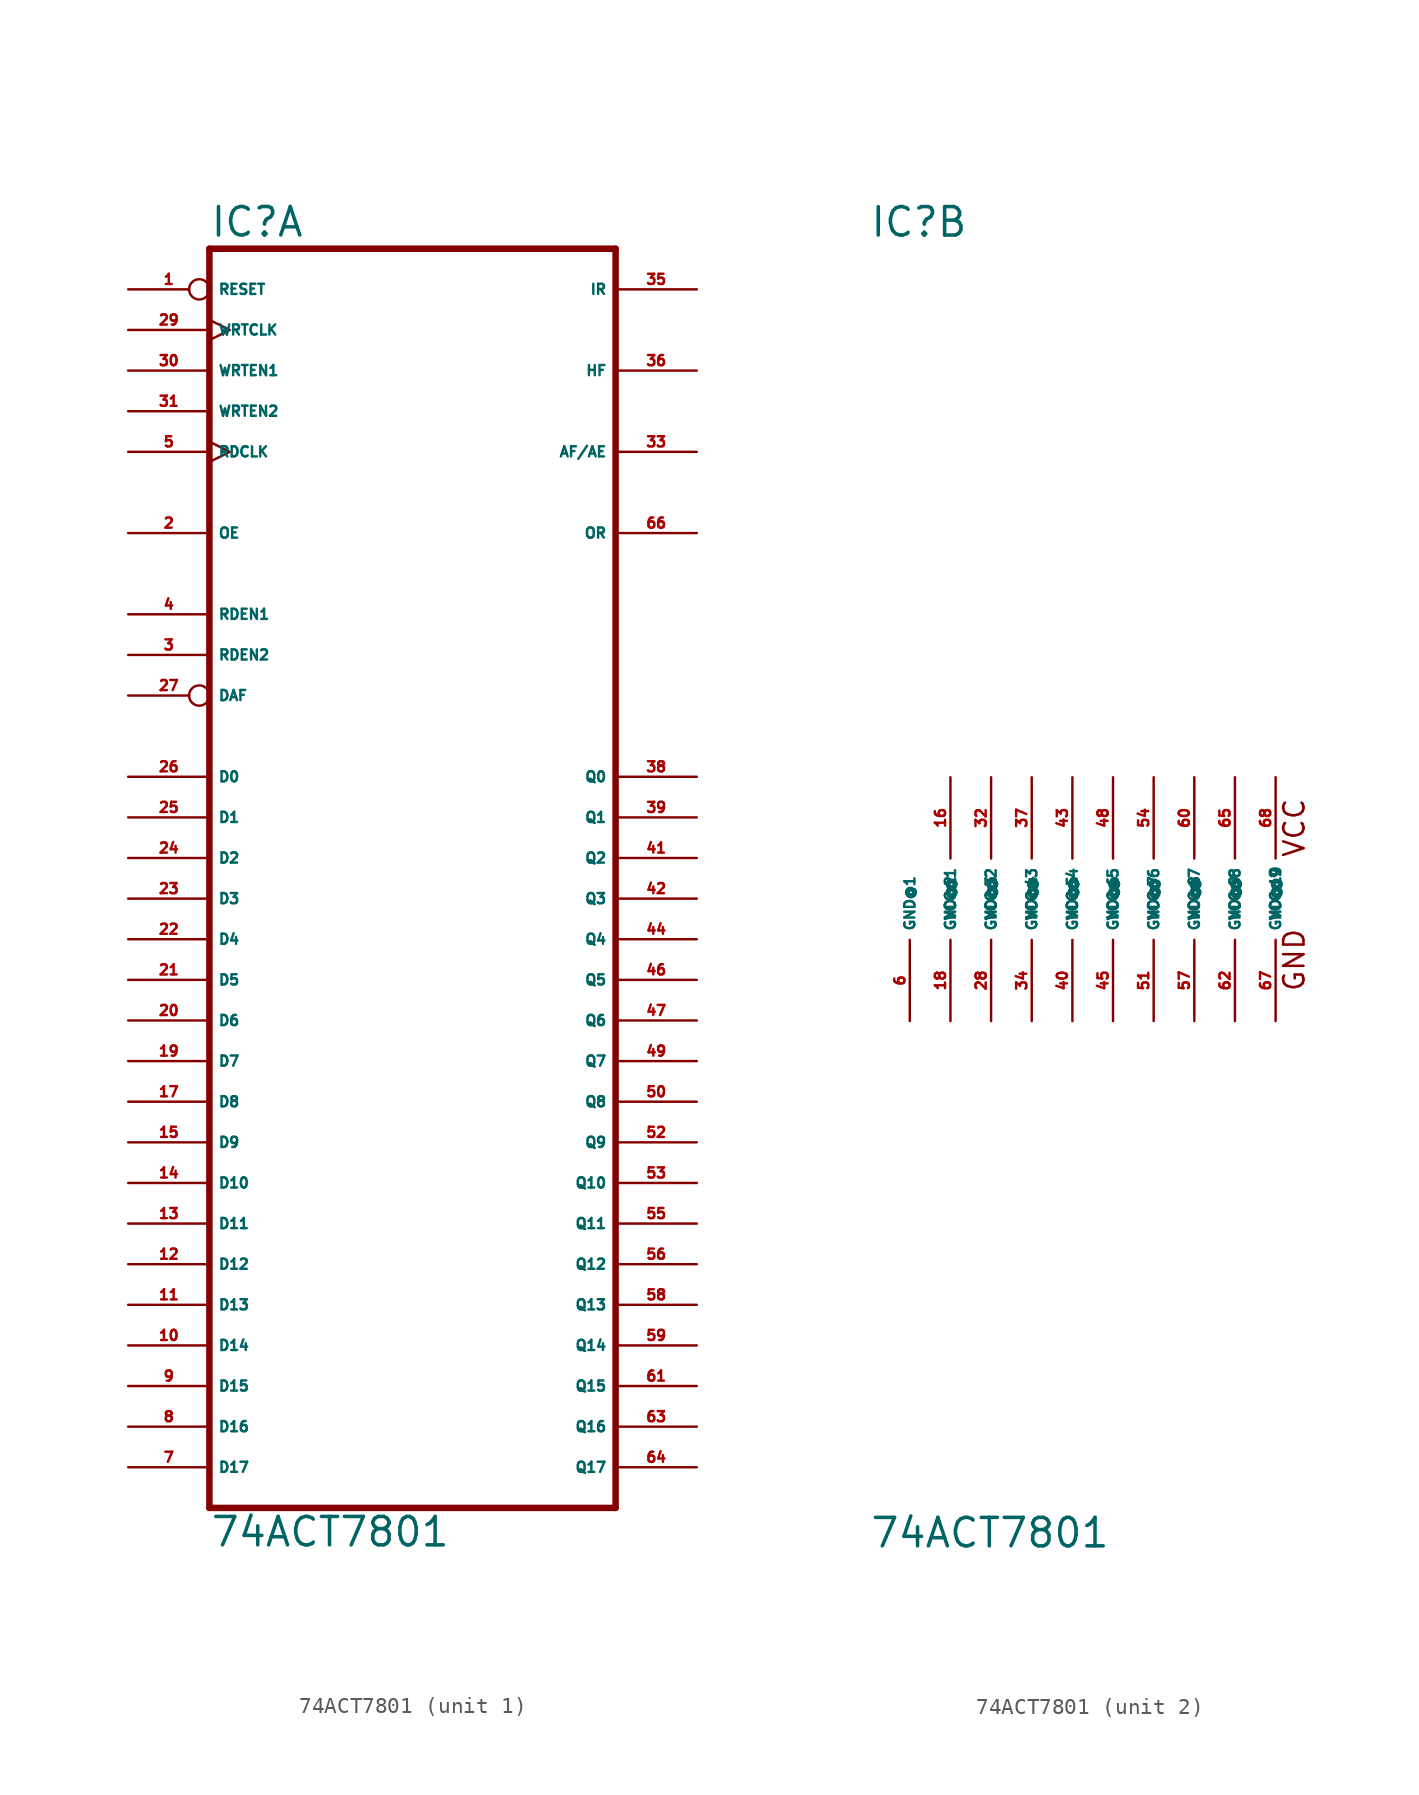
<source format=kicad_sym>
(kicad_symbol_lib
  (version 20220914)
  (generator Eagle2Kicad)
  (symbol "74ACT7801"
    (property "Reference" "IC"
      (at -12.7 41.275 0)
      (effects (font (size 1.778 1.778) (thickness 0.22)) (justify left bottom)))
    (property "Value" "74ACT7801"
      (at -12.7 -40.64 0)
      (effects (font (size 1.778 1.778) (thickness 0.22)) (justify left bottom)))
    (symbol "74ACT7801_1_0"
      (polyline (pts (xy -12.7 -38.1) (xy 12.7 -38.1)) (stroke (width 0.406) (type default)) (fill (type none)))
      (polyline (pts (xy 12.7 40.64) (xy 12.7 -38.1)) (stroke (width 0.406) (type default)) (fill (type none)))
      (polyline (pts (xy 12.7 40.64) (xy -12.7 40.64)) (stroke (width 0.406) (type default)) (fill (type none)))
      (polyline (pts (xy -12.7 -38.1) (xy -12.7 40.64)) (stroke (width 0.406) (type default)) (fill (type none)))
      (pin input inverted (at -17.78 38.1 0) (length 5.08) (name "RESET" (effects (font (size 0.635 0.635) (thickness 0.08)) (justify left bottom))) (number "1" (effects (font (size 0.635 0.635) (thickness 0.08)) (justify left bottom))))
      (pin input clock (at -17.78 35.56 0) (length 5.08) (name "WRTCLK" (effects (font (size 0.635 0.635) (thickness 0.08)) (justify left bottom))) (number "29" (effects (font (size 0.635 0.635) (thickness 0.08)) (justify left bottom))))
      (pin input line (at -17.78 33.02 0) (length 5.08) (name "WRTEN1" (effects (font (size 0.635 0.635) (thickness 0.08)) (justify left bottom))) (number "30" (effects (font (size 0.635 0.635) (thickness 0.08)) (justify left bottom))))
      (pin input line (at -17.78 30.48 0) (length 5.08) (name "WRTEN2" (effects (font (size 0.635 0.635) (thickness 0.08)) (justify left bottom))) (number "31" (effects (font (size 0.635 0.635) (thickness 0.08)) (justify left bottom))))
      (pin input clock (at -17.78 27.94 0) (length 5.08) (name "RDCLK" (effects (font (size 0.635 0.635) (thickness 0.08)) (justify left bottom))) (number "5" (effects (font (size 0.635 0.635) (thickness 0.08)) (justify left bottom))))
      (pin input line (at -17.78 22.86 0) (length 5.08) (name "OE" (effects (font (size 0.635 0.635) (thickness 0.08)) (justify left bottom))) (number "2" (effects (font (size 0.635 0.635) (thickness 0.08)) (justify left bottom))))
      (pin input line (at -17.78 17.78 0) (length 5.08) (name "RDEN1" (effects (font (size 0.635 0.635) (thickness 0.08)) (justify left bottom))) (number "4" (effects (font (size 0.635 0.635) (thickness 0.08)) (justify left bottom))))
      (pin input line (at -17.78 15.24 0) (length 5.08) (name "RDEN2" (effects (font (size 0.635 0.635) (thickness 0.08)) (justify left bottom))) (number "3" (effects (font (size 0.635 0.635) (thickness 0.08)) (justify left bottom))))
      (pin input inverted (at -17.78 12.7 0) (length 5.08) (name "DAF" (effects (font (size 0.635 0.635) (thickness 0.08)) (justify left bottom))) (number "27" (effects (font (size 0.635 0.635) (thickness 0.08)) (justify left bottom))))
      (pin input line (at -17.78 7.62 0) (length 5.08) (name "D0" (effects (font (size 0.635 0.635) (thickness 0.08)) (justify left bottom))) (number "26" (effects (font (size 0.635 0.635) (thickness 0.08)) (justify left bottom))))
      (pin input line (at -17.78 5.08 0) (length 5.08) (name "D1" (effects (font (size 0.635 0.635) (thickness 0.08)) (justify left bottom))) (number "25" (effects (font (size 0.635 0.635) (thickness 0.08)) (justify left bottom))))
      (pin input line (at -17.78 2.54 0) (length 5.08) (name "D2" (effects (font (size 0.635 0.635) (thickness 0.08)) (justify left bottom))) (number "24" (effects (font (size 0.635 0.635) (thickness 0.08)) (justify left bottom))))
      (pin input line (at -17.78 0 0) (length 5.08) (name "D3" (effects (font (size 0.635 0.635) (thickness 0.08)) (justify left bottom))) (number "23" (effects (font (size 0.635 0.635) (thickness 0.08)) (justify left bottom))))
      (pin input line (at -17.78 -2.54 0) (length 5.08) (name "D4" (effects (font (size 0.635 0.635) (thickness 0.08)) (justify left bottom))) (number "22" (effects (font (size 0.635 0.635) (thickness 0.08)) (justify left bottom))))
      (pin input line (at -17.78 -5.08 0) (length 5.08) (name "D5" (effects (font (size 0.635 0.635) (thickness 0.08)) (justify left bottom))) (number "21" (effects (font (size 0.635 0.635) (thickness 0.08)) (justify left bottom))))
      (pin input line (at -17.78 -7.62 0) (length 5.08) (name "D6" (effects (font (size 0.635 0.635) (thickness 0.08)) (justify left bottom))) (number "20" (effects (font (size 0.635 0.635) (thickness 0.08)) (justify left bottom))))
      (pin input line (at -17.78 -10.16 0) (length 5.08) (name "D7" (effects (font (size 0.635 0.635) (thickness 0.08)) (justify left bottom))) (number "19" (effects (font (size 0.635 0.635) (thickness 0.08)) (justify left bottom))))
      (pin input line (at -17.78 -12.7 0) (length 5.08) (name "D8" (effects (font (size 0.635 0.635) (thickness 0.08)) (justify left bottom))) (number "17" (effects (font (size 0.635 0.635) (thickness 0.08)) (justify left bottom))))
      (pin input line (at -17.78 -15.24 0) (length 5.08) (name "D9" (effects (font (size 0.635 0.635) (thickness 0.08)) (justify left bottom))) (number "15" (effects (font (size 0.635 0.635) (thickness 0.08)) (justify left bottom))))
      (pin input line (at -17.78 -17.78 0) (length 5.08) (name "D10" (effects (font (size 0.635 0.635) (thickness 0.08)) (justify left bottom))) (number "14" (effects (font (size 0.635 0.635) (thickness 0.08)) (justify left bottom))))
      (pin input line (at -17.78 -20.32 0) (length 5.08) (name "D11" (effects (font (size 0.635 0.635) (thickness 0.08)) (justify left bottom))) (number "13" (effects (font (size 0.635 0.635) (thickness 0.08)) (justify left bottom))))
      (pin input line (at -17.78 -22.86 0) (length 5.08) (name "D12" (effects (font (size 0.635 0.635) (thickness 0.08)) (justify left bottom))) (number "12" (effects (font (size 0.635 0.635) (thickness 0.08)) (justify left bottom))))
      (pin input line (at -17.78 -25.4 0) (length 5.08) (name "D13" (effects (font (size 0.635 0.635) (thickness 0.08)) (justify left bottom))) (number "11" (effects (font (size 0.635 0.635) (thickness 0.08)) (justify left bottom))))
      (pin input line (at -17.78 -27.94 0) (length 5.08) (name "D14" (effects (font (size 0.635 0.635) (thickness 0.08)) (justify left bottom))) (number "10" (effects (font (size 0.635 0.635) (thickness 0.08)) (justify left bottom))))
      (pin input line (at -17.78 -30.48 0) (length 5.08) (name "D15" (effects (font (size 0.635 0.635) (thickness 0.08)) (justify left bottom))) (number "9" (effects (font (size 0.635 0.635) (thickness 0.08)) (justify left bottom))))
      (pin input line (at -17.78 -33.02 0) (length 5.08) (name "D16" (effects (font (size 0.635 0.635) (thickness 0.08)) (justify left bottom))) (number "8" (effects (font (size 0.635 0.635) (thickness 0.08)) (justify left bottom))))
      (pin input line (at -17.78 -35.56 0) (length 5.08) (name "D17" (effects (font (size 0.635 0.635) (thickness 0.08)) (justify left bottom))) (number "7" (effects (font (size 0.635 0.635) (thickness 0.08)) (justify left bottom))))
      (pin output line (at 17.78 7.62 180) (length 5.08) (name "Q0" (effects (font (size 0.635 0.635) (thickness 0.08)) (justify left bottom))) (number "38" (effects (font (size 0.635 0.635) (thickness 0.08)) (justify left bottom))))
      (pin output line (at 17.78 5.08 180) (length 5.08) (name "Q1" (effects (font (size 0.635 0.635) (thickness 0.08)) (justify left bottom))) (number "39" (effects (font (size 0.635 0.635) (thickness 0.08)) (justify left bottom))))
      (pin output line (at 17.78 2.54 180) (length 5.08) (name "Q2" (effects (font (size 0.635 0.635) (thickness 0.08)) (justify left bottom))) (number "41" (effects (font (size 0.635 0.635) (thickness 0.08)) (justify left bottom))))
      (pin output line (at 17.78 0 180) (length 5.08) (name "Q3" (effects (font (size 0.635 0.635) (thickness 0.08)) (justify left bottom))) (number "42" (effects (font (size 0.635 0.635) (thickness 0.08)) (justify left bottom))))
      (pin output line (at 17.78 -2.54 180) (length 5.08) (name "Q4" (effects (font (size 0.635 0.635) (thickness 0.08)) (justify left bottom))) (number "44" (effects (font (size 0.635 0.635) (thickness 0.08)) (justify left bottom))))
      (pin output line (at 17.78 -5.08 180) (length 5.08) (name "Q5" (effects (font (size 0.635 0.635) (thickness 0.08)) (justify left bottom))) (number "46" (effects (font (size 0.635 0.635) (thickness 0.08)) (justify left bottom))))
      (pin output line (at 17.78 -7.62 180) (length 5.08) (name "Q6" (effects (font (size 0.635 0.635) (thickness 0.08)) (justify left bottom))) (number "47" (effects (font (size 0.635 0.635) (thickness 0.08)) (justify left bottom))))
      (pin output line (at 17.78 -10.16 180) (length 5.08) (name "Q7" (effects (font (size 0.635 0.635) (thickness 0.08)) (justify left bottom))) (number "49" (effects (font (size 0.635 0.635) (thickness 0.08)) (justify left bottom))))
      (pin output line (at 17.78 -12.7 180) (length 5.08) (name "Q8" (effects (font (size 0.635 0.635) (thickness 0.08)) (justify left bottom))) (number "50" (effects (font (size 0.635 0.635) (thickness 0.08)) (justify left bottom))))
      (pin output line (at 17.78 -15.24 180) (length 5.08) (name "Q9" (effects (font (size 0.635 0.635) (thickness 0.08)) (justify left bottom))) (number "52" (effects (font (size 0.635 0.635) (thickness 0.08)) (justify left bottom))))
      (pin output line (at 17.78 -17.78 180) (length 5.08) (name "Q10" (effects (font (size 0.635 0.635) (thickness 0.08)) (justify left bottom))) (number "53" (effects (font (size 0.635 0.635) (thickness 0.08)) (justify left bottom))))
      (pin output line (at 17.78 -20.32 180) (length 5.08) (name "Q11" (effects (font (size 0.635 0.635) (thickness 0.08)) (justify left bottom))) (number "55" (effects (font (size 0.635 0.635) (thickness 0.08)) (justify left bottom))))
      (pin output line (at 17.78 -22.86 180) (length 5.08) (name "Q12" (effects (font (size 0.635 0.635) (thickness 0.08)) (justify left bottom))) (number "56" (effects (font (size 0.635 0.635) (thickness 0.08)) (justify left bottom))))
      (pin output line (at 17.78 -25.4 180) (length 5.08) (name "Q13" (effects (font (size 0.635 0.635) (thickness 0.08)) (justify left bottom))) (number "58" (effects (font (size 0.635 0.635) (thickness 0.08)) (justify left bottom))))
      (pin output line (at 17.78 -27.94 180) (length 5.08) (name "Q14" (effects (font (size 0.635 0.635) (thickness 0.08)) (justify left bottom))) (number "59" (effects (font (size 0.635 0.635) (thickness 0.08)) (justify left bottom))))
      (pin output line (at 17.78 -30.48 180) (length 5.08) (name "Q15" (effects (font (size 0.635 0.635) (thickness 0.08)) (justify left bottom))) (number "61" (effects (font (size 0.635 0.635) (thickness 0.08)) (justify left bottom))))
      (pin output line (at 17.78 -33.02 180) (length 5.08) (name "Q16" (effects (font (size 0.635 0.635) (thickness 0.08)) (justify left bottom))) (number "63" (effects (font (size 0.635 0.635) (thickness 0.08)) (justify left bottom))))
      (pin output line (at 17.78 -35.56 180) (length 5.08) (name "Q17" (effects (font (size 0.635 0.635) (thickness 0.08)) (justify left bottom))) (number "64" (effects (font (size 0.635 0.635) (thickness 0.08)) (justify left bottom))))
      (pin output line (at 17.78 38.1 180) (length 5.08) (name "IR" (effects (font (size 0.635 0.635) (thickness 0.08)) (justify left bottom))) (number "35" (effects (font (size 0.635 0.635) (thickness 0.08)) (justify left bottom))))
      (pin output line (at 17.78 33.02 180) (length 5.08) (name "HF" (effects (font (size 0.635 0.635) (thickness 0.08)) (justify left bottom))) (number "36" (effects (font (size 0.635 0.635) (thickness 0.08)) (justify left bottom))))
      (pin output line (at 17.78 27.94 180) (length 5.08) (name "AF/AE" (effects (font (size 0.635 0.635) (thickness 0.08)) (justify left bottom))) (number "33" (effects (font (size 0.635 0.635) (thickness 0.08)) (justify left bottom))))
      (pin output line (at 17.78 22.86 180) (length 5.08) (name "OR" (effects (font (size 0.635 0.635) (thickness 0.08)) (justify left bottom))) (number "66" (effects (font (size 0.635 0.635) (thickness 0.08)) (justify left bottom)))))
    (symbol "74ACT7801_2_0"
      (text "VCC" (at 14.605 2.54 900) (effects (font (size 1.27 1.27) (thickness 0.16)) (justify left bottom)))
      (text "GND" (at 14.605 -5.842 900) (effects (font (size 1.27 1.27) (thickness 0.16)) (justify left bottom)))
      (pin unspecified line (at -7.62 7.62 270) (length 5.08) (name "VCC@1" (effects (font (size 0.635 0.635) (thickness 0.08)) (justify left bottom))) (number "16" (effects (font (size 0.635 0.635) (thickness 0.08)) (justify left bottom))))
      (pin unspecified line (at -5.08 7.62 270) (length 5.08) (name "VCC@2" (effects (font (size 0.635 0.635) (thickness 0.08)) (justify left bottom))) (number "32" (effects (font (size 0.635 0.635) (thickness 0.08)) (justify left bottom))))
      (pin unspecified line (at -2.54 7.62 270) (length 5.08) (name "VCC@3" (effects (font (size 0.635 0.635) (thickness 0.08)) (justify left bottom))) (number "37" (effects (font (size 0.635 0.635) (thickness 0.08)) (justify left bottom))))
      (pin unspecified line (at 0 7.62 270) (length 5.08) (name "VCC@4" (effects (font (size 0.635 0.635) (thickness 0.08)) (justify left bottom))) (number "43" (effects (font (size 0.635 0.635) (thickness 0.08)) (justify left bottom))))
      (pin unspecified line (at 2.54 7.62 270) (length 5.08) (name "VCC@5" (effects (font (size 0.635 0.635) (thickness 0.08)) (justify left bottom))) (number "48" (effects (font (size 0.635 0.635) (thickness 0.08)) (justify left bottom))))
      (pin unspecified line (at 5.08 7.62 270) (length 5.08) (name "VCC@6" (effects (font (size 0.635 0.635) (thickness 0.08)) (justify left bottom))) (number "54" (effects (font (size 0.635 0.635) (thickness 0.08)) (justify left bottom))))
      (pin unspecified line (at 7.62 7.62 270) (length 5.08) (name "VCC@7" (effects (font (size 0.635 0.635) (thickness 0.08)) (justify left bottom))) (number "60" (effects (font (size 0.635 0.635) (thickness 0.08)) (justify left bottom))))
      (pin unspecified line (at 10.16 7.62 270) (length 5.08) (name "VCC@8" (effects (font (size 0.635 0.635) (thickness 0.08)) (justify left bottom))) (number "65" (effects (font (size 0.635 0.635) (thickness 0.08)) (justify left bottom))))
      (pin unspecified line (at 12.7 7.62 270) (length 5.08) (name "VCC@9" (effects (font (size 0.635 0.635) (thickness 0.08)) (justify left bottom))) (number "68" (effects (font (size 0.635 0.635) (thickness 0.08)) (justify left bottom))))
      (pin unspecified line (at -10.16 -7.62 90) (length 5.08) (name "GND@1" (effects (font (size 0.635 0.635) (thickness 0.08)) (justify left bottom))) (number "6" (effects (font (size 0.635 0.635) (thickness 0.08)) (justify left bottom))))
      (pin unspecified line (at -7.62 -7.62 90) (length 5.08) (name "GND@2" (effects (font (size 0.635 0.635) (thickness 0.08)) (justify left bottom))) (number "18" (effects (font (size 0.635 0.635) (thickness 0.08)) (justify left bottom))))
      (pin unspecified line (at -5.08 -7.62 90) (length 5.08) (name "GND@3" (effects (font (size 0.635 0.635) (thickness 0.08)) (justify left bottom))) (number "28" (effects (font (size 0.635 0.635) (thickness 0.08)) (justify left bottom))))
      (pin unspecified line (at -2.54 -7.62 90) (length 5.08) (name "GND@4" (effects (font (size 0.635 0.635) (thickness 0.08)) (justify left bottom))) (number "34" (effects (font (size 0.635 0.635) (thickness 0.08)) (justify left bottom))))
      (pin unspecified line (at 0 -7.62 90) (length 5.08) (name "GND@5" (effects (font (size 0.635 0.635) (thickness 0.08)) (justify left bottom))) (number "40" (effects (font (size 0.635 0.635) (thickness 0.08)) (justify left bottom))))
      (pin unspecified line (at 2.54 -7.62 90) (length 5.08) (name "GND@6" (effects (font (size 0.635 0.635) (thickness 0.08)) (justify left bottom))) (number "45" (effects (font (size 0.635 0.635) (thickness 0.08)) (justify left bottom))))
      (pin unspecified line (at 5.08 -7.62 90) (length 5.08) (name "GND@7" (effects (font (size 0.635 0.635) (thickness 0.08)) (justify left bottom))) (number "51" (effects (font (size 0.635 0.635) (thickness 0.08)) (justify left bottom))))
      (pin unspecified line (at 7.62 -7.62 90) (length 5.08) (name "GND@8" (effects (font (size 0.635 0.635) (thickness 0.08)) (justify left bottom))) (number "57" (effects (font (size 0.635 0.635) (thickness 0.08)) (justify left bottom))))
      (pin unspecified line (at 10.16 -7.62 90) (length 5.08) (name "GND@9" (effects (font (size 0.635 0.635) (thickness 0.08)) (justify left bottom))) (number "62" (effects (font (size 0.635 0.635) (thickness 0.08)) (justify left bottom))))
      (pin unspecified line (at 12.7 -7.62 90) (length 5.08) (name "GND@10" (effects (font (size 0.635 0.635) (thickness 0.08)) (justify left bottom))) (number "67" (effects (font (size 0.635 0.635) (thickness 0.08)) (justify left bottom)))))))
</source>
